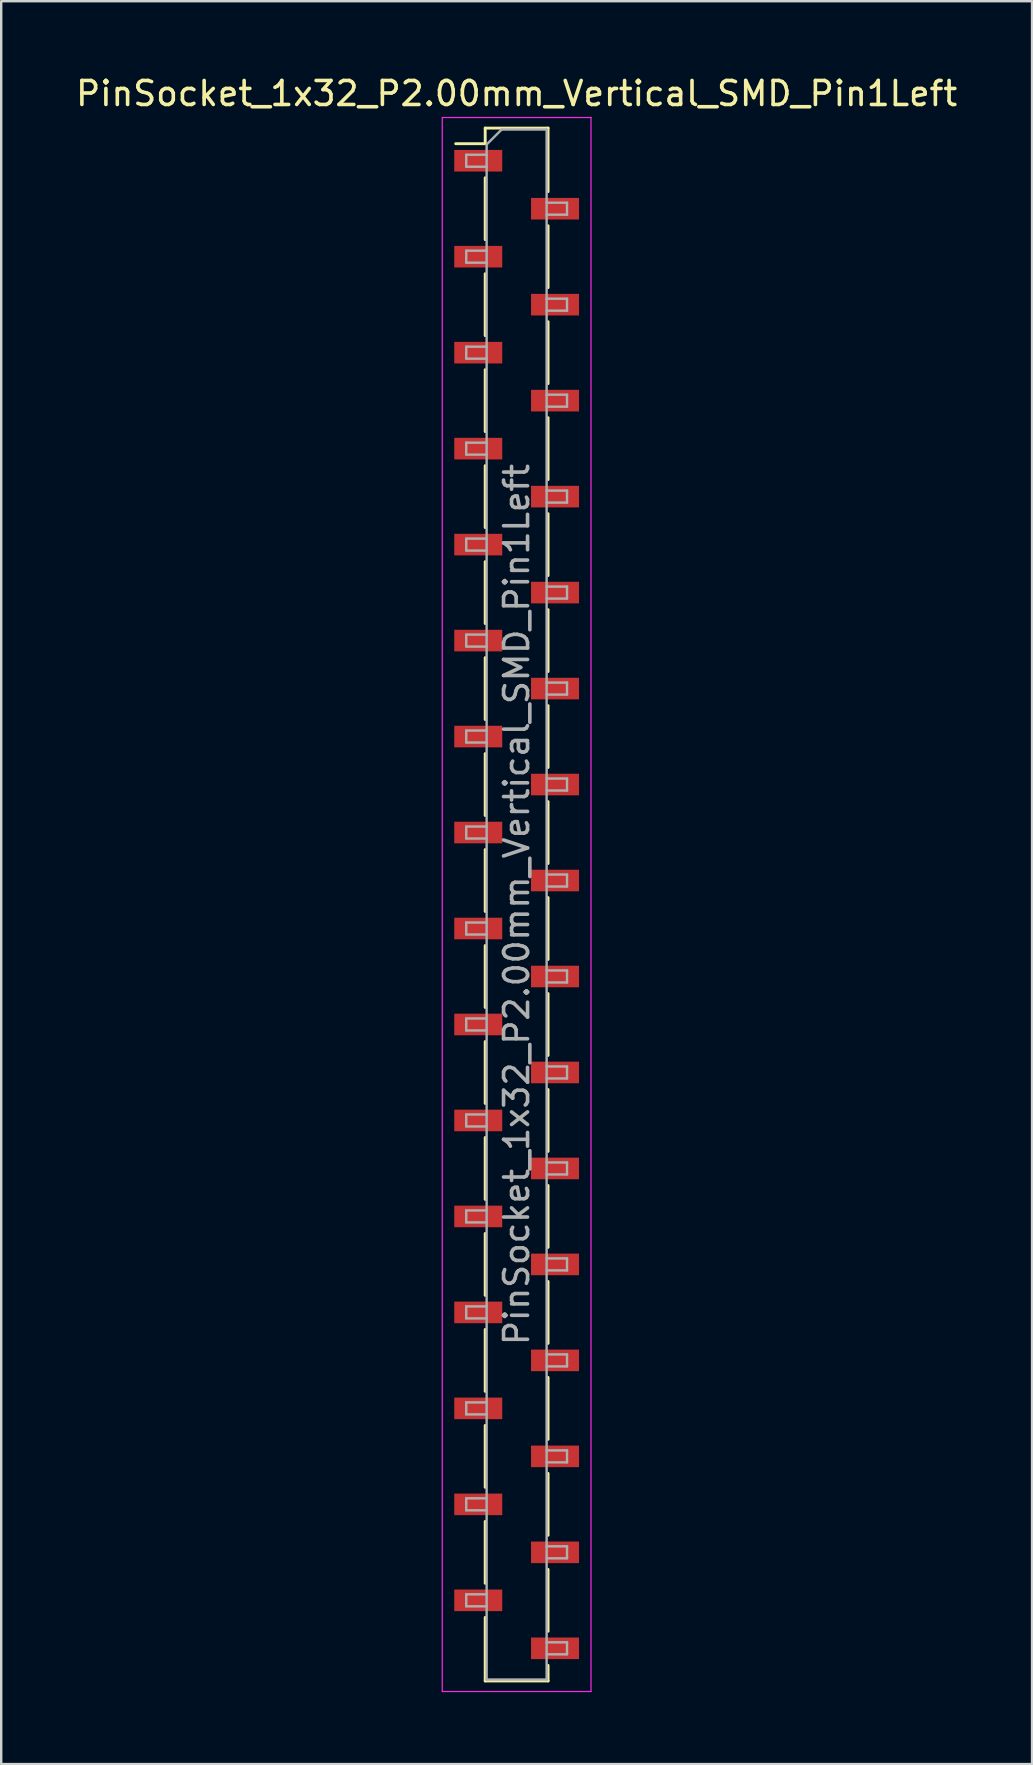
<source format=kicad_pcb>
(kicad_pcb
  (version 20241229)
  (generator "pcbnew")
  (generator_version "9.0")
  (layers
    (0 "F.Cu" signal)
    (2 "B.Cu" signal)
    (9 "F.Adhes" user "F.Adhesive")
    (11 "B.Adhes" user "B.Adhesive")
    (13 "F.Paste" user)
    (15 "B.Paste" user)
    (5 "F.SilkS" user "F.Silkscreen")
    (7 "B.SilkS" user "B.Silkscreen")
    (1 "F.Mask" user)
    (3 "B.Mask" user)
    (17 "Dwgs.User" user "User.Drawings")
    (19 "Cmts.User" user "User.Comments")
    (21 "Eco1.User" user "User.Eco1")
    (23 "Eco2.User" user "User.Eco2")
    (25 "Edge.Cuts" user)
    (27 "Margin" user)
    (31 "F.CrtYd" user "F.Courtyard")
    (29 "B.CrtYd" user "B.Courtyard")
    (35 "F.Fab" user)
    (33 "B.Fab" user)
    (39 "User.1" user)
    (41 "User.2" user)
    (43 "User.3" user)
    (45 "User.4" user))
  (footprint "PinSocket_1x32_P2.00mm_Vertical_SMD_Pin1Left"
    (layer "F.Cu")
    (at 18.482 34.648)
    (property "Reference" "PinSocket_1x32_P2.00mm_Vertical_SMD_Pin1Left" (at 0 -33.8 0) (layer "F.SilkS") (effects (font (size 1 1) (thickness 0.15))))
    (attr smd)
    (fp_line (start -2.54 -31.71) (end -1.31 -31.71) (stroke (width 0.12) (type solid)) (layer "F.SilkS"))
    (fp_line (start -1.31 -32.36) (end -1.31 -31.71) (stroke (width 0.12) (type solid)) (layer "F.SilkS"))
    (fp_line (start -1.31 -32.36) (end 1.31 -32.36) (stroke (width 0.12) (type solid)) (layer "F.SilkS"))
    (fp_line (start -1.31 -30.29) (end -1.31 -27.71) (stroke (width 0.12) (type solid)) (layer "F.SilkS"))
    (fp_line (start -1.31 -26.29) (end -1.31 -23.71) (stroke (width 0.12) (type solid)) (layer "F.SilkS"))
    (fp_line (start -1.31 -22.29) (end -1.31 -19.71) (stroke (width 0.12) (type solid)) (layer "F.SilkS"))
    (fp_line (start -1.31 -18.29) (end -1.31 -15.71) (stroke (width 0.12) (type solid)) (layer "F.SilkS"))
    (fp_line (start -1.31 -14.29) (end -1.31 -11.71) (stroke (width 0.12) (type solid)) (layer "F.SilkS"))
    (fp_line (start -1.31 -10.29) (end -1.31 -7.71) (stroke (width 0.12) (type solid)) (layer "F.SilkS"))
    (fp_line (start -1.31 -6.29) (end -1.31 -3.71) (stroke (width 0.12) (type solid)) (layer "F.SilkS"))
    (fp_line (start -1.31 -2.29) (end -1.31 0.29) (stroke (width 0.12) (type solid)) (layer "F.SilkS"))
    (fp_line (start -1.31 1.71) (end -1.31 4.29) (stroke (width 0.12) (type solid)) (layer "F.SilkS"))
    (fp_line (start -1.31 5.71) (end -1.31 8.29) (stroke (width 0.12) (type solid)) (layer "F.SilkS"))
    (fp_line (start -1.31 9.71) (end -1.31 12.29) (stroke (width 0.12) (type solid)) (layer "F.SilkS"))
    (fp_line (start -1.31 13.71) (end -1.31 16.29) (stroke (width 0.12) (type solid)) (layer "F.SilkS"))
    (fp_line (start -1.31 17.71) (end -1.31 20.29) (stroke (width 0.12) (type solid)) (layer "F.SilkS"))
    (fp_line (start -1.31 21.71) (end -1.31 24.29) (stroke (width 0.12) (type solid)) (layer "F.SilkS"))
    (fp_line (start -1.31 25.71) (end -1.31 28.29) (stroke (width 0.12) (type solid)) (layer "F.SilkS"))
    (fp_line (start -1.31 29.71) (end -1.31 32.36) (stroke (width 0.12) (type solid)) (layer "F.SilkS"))
    (fp_line (start -1.31 32.36) (end 1.31 32.36) (stroke (width 0.12) (type solid)) (layer "F.SilkS"))
    (fp_line (start 1.31 -32.36) (end 1.31 -29.71) (stroke (width 0.12) (type solid)) (layer "F.SilkS"))
    (fp_line (start 1.31 -28.29) (end 1.31 -25.71) (stroke (width 0.12) (type solid)) (layer "F.SilkS"))
    (fp_line (start 1.31 -24.29) (end 1.31 -21.71) (stroke (width 0.12) (type solid)) (layer "F.SilkS"))
    (fp_line (start 1.31 -20.29) (end 1.31 -17.71) (stroke (width 0.12) (type solid)) (layer "F.SilkS"))
    (fp_line (start 1.31 -16.29) (end 1.31 -13.71) (stroke (width 0.12) (type solid)) (layer "F.SilkS"))
    (fp_line (start 1.31 -12.29) (end 1.31 -9.71) (stroke (width 0.12) (type solid)) (layer "F.SilkS"))
    (fp_line (start 1.31 -8.29) (end 1.31 -5.71) (stroke (width 0.12) (type solid)) (layer "F.SilkS"))
    (fp_line (start 1.31 -4.29) (end 1.31 -1.71) (stroke (width 0.12) (type solid)) (layer "F.SilkS"))
    (fp_line (start 1.31 -0.29) (end 1.31 2.29) (stroke (width 0.12) (type solid)) (layer "F.SilkS"))
    (fp_line (start 1.31 3.71) (end 1.31 6.29) (stroke (width 0.12) (type solid)) (layer "F.SilkS"))
    (fp_line (start 1.31 7.71) (end 1.31 10.29) (stroke (width 0.12) (type solid)) (layer "F.SilkS"))
    (fp_line (start 1.31 11.71) (end 1.31 14.29) (stroke (width 0.12) (type solid)) (layer "F.SilkS"))
    (fp_line (start 1.31 15.71) (end 1.31 18.29) (stroke (width 0.12) (type solid)) (layer "F.SilkS"))
    (fp_line (start 1.31 19.71) (end 1.31 22.29) (stroke (width 0.12) (type solid)) (layer "F.SilkS"))
    (fp_line (start 1.31 23.71) (end 1.31 26.29) (stroke (width 0.12) (type solid)) (layer "F.SilkS"))
    (fp_line (start 1.31 27.71) (end 1.31 30.29) (stroke (width 0.12) (type solid)) (layer "F.SilkS"))
    (fp_line (start 1.31 31.71) (end 1.31 32.36) (stroke (width 0.12) (type solid)) (layer "F.SilkS"))
    (fp_line (start -3.1 -32.8) (end 3.1 -32.8) (stroke (width 0.05) (type solid)) (layer "F.CrtYd"))
    (fp_line (start -3.1 32.8) (end -3.1 -32.8) (stroke (width 0.05) (type solid)) (layer "F.CrtYd"))
    (fp_line (start 3.1 -32.8) (end 3.1 32.8) (stroke (width 0.05) (type solid)) (layer "F.CrtYd"))
    (fp_line (start 3.1 32.8) (end -3.1 32.8) (stroke (width 0.05) (type solid)) (layer "F.CrtYd"))
    (fp_line (start -2.1 -31.25) (end -1.25 -31.25) (stroke (width 0.1) (type solid)) (layer "F.Fab"))
    (fp_line (start -2.1 -30.75) (end -2.1 -31.25) (stroke (width 0.1) (type solid)) (layer "F.Fab"))
    (fp_line (start -2.1 -27.25) (end -1.25 -27.25) (stroke (width 0.1) (type solid)) (layer "F.Fab"))
    (fp_line (start -2.1 -26.75) (end -2.1 -27.25) (stroke (width 0.1) (type solid)) (layer "F.Fab"))
    (fp_line (start -2.1 -23.25) (end -1.25 -23.25) (stroke (width 0.1) (type solid)) (layer "F.Fab"))
    (fp_line (start -2.1 -22.75) (end -2.1 -23.25) (stroke (width 0.1) (type solid)) (layer "F.Fab"))
    (fp_line (start -2.1 -19.25) (end -1.25 -19.25) (stroke (width 0.1) (type solid)) (layer "F.Fab"))
    (fp_line (start -2.1 -18.75) (end -2.1 -19.25) (stroke (width 0.1) (type solid)) (layer "F.Fab"))
    (fp_line (start -2.1 -15.25) (end -1.25 -15.25) (stroke (width 0.1) (type solid)) (layer "F.Fab"))
    (fp_line (start -2.1 -14.75) (end -2.1 -15.25) (stroke (width 0.1) (type solid)) (layer "F.Fab"))
    (fp_line (start -2.1 -11.25) (end -1.25 -11.25) (stroke (width 0.1) (type solid)) (layer "F.Fab"))
    (fp_line (start -2.1 -10.75) (end -2.1 -11.25) (stroke (width 0.1) (type solid)) (layer "F.Fab"))
    (fp_line (start -2.1 -7.25) (end -1.25 -7.25) (stroke (width 0.1) (type solid)) (layer "F.Fab"))
    (fp_line (start -2.1 -6.75) (end -2.1 -7.25) (stroke (width 0.1) (type solid)) (layer "F.Fab"))
    (fp_line (start -2.1 -3.25) (end -1.25 -3.25) (stroke (width 0.1) (type solid)) (layer "F.Fab"))
    (fp_line (start -2.1 -2.75) (end -2.1 -3.25) (stroke (width 0.1) (type solid)) (layer "F.Fab"))
    (fp_line (start -2.1 0.75) (end -1.25 0.75) (stroke (width 0.1) (type solid)) (layer "F.Fab"))
    (fp_line (start -2.1 1.25) (end -2.1 0.75) (stroke (width 0.1) (type solid)) (layer "F.Fab"))
    (fp_line (start -2.1 4.75) (end -1.25 4.75) (stroke (width 0.1) (type solid)) (layer "F.Fab"))
    (fp_line (start -2.1 5.25) (end -2.1 4.75) (stroke (width 0.1) (type solid)) (layer "F.Fab"))
    (fp_line (start -2.1 8.75) (end -1.25 8.75) (stroke (width 0.1) (type solid)) (layer "F.Fab"))
    (fp_line (start -2.1 9.25) (end -2.1 8.75) (stroke (width 0.1) (type solid)) (layer "F.Fab"))
    (fp_line (start -2.1 12.75) (end -1.25 12.75) (stroke (width 0.1) (type solid)) (layer "F.Fab"))
    (fp_line (start -2.1 13.25) (end -2.1 12.75) (stroke (width 0.1) (type solid)) (layer "F.Fab"))
    (fp_line (start -2.1 16.75) (end -1.25 16.75) (stroke (width 0.1) (type solid)) (layer "F.Fab"))
    (fp_line (start -2.1 17.25) (end -2.1 16.75) (stroke (width 0.1) (type solid)) (layer "F.Fab"))
    (fp_line (start -2.1 20.75) (end -1.25 20.75) (stroke (width 0.1) (type solid)) (layer "F.Fab"))
    (fp_line (start -2.1 21.25) (end -2.1 20.75) (stroke (width 0.1) (type solid)) (layer "F.Fab"))
    (fp_line (start -2.1 24.75) (end -1.25 24.75) (stroke (width 0.1) (type solid)) (layer "F.Fab"))
    (fp_line (start -2.1 25.25) (end -2.1 24.75) (stroke (width 0.1) (type solid)) (layer "F.Fab"))
    (fp_line (start -2.1 28.75) (end -1.25 28.75) (stroke (width 0.1) (type solid)) (layer "F.Fab"))
    (fp_line (start -2.1 29.25) (end -2.1 28.75) (stroke (width 0.1) (type solid)) (layer "F.Fab"))
    (fp_line (start -1.25 -31.675) (end -0.625 -32.3) (stroke (width 0.1) (type solid)) (layer "F.Fab"))
    (fp_line (start -1.25 -30.75) (end -2.1 -30.75) (stroke (width 0.1) (type solid)) (layer "F.Fab"))
    (fp_line (start -1.25 -26.75) (end -2.1 -26.75) (stroke (width 0.1) (type solid)) (layer "F.Fab"))
    (fp_line (start -1.25 -22.75) (end -2.1 -22.75) (stroke (width 0.1) (type solid)) (layer "F.Fab"))
    (fp_line (start -1.25 -18.75) (end -2.1 -18.75) (stroke (width 0.1) (type solid)) (layer "F.Fab"))
    (fp_line (start -1.25 -14.75) (end -2.1 -14.75) (stroke (width 0.1) (type solid)) (layer "F.Fab"))
    (fp_line (start -1.25 -10.75) (end -2.1 -10.75) (stroke (width 0.1) (type solid)) (layer "F.Fab"))
    (fp_line (start -1.25 -6.75) (end -2.1 -6.75) (stroke (width 0.1) (type solid)) (layer "F.Fab"))
    (fp_line (start -1.25 -2.75) (end -2.1 -2.75) (stroke (width 0.1) (type solid)) (layer "F.Fab"))
    (fp_line (start -1.25 1.25) (end -2.1 1.25) (stroke (width 0.1) (type solid)) (layer "F.Fab"))
    (fp_line (start -1.25 5.25) (end -2.1 5.25) (stroke (width 0.1) (type solid)) (layer "F.Fab"))
    (fp_line (start -1.25 9.25) (end -2.1 9.25) (stroke (width 0.1) (type solid)) (layer "F.Fab"))
    (fp_line (start -1.25 13.25) (end -2.1 13.25) (stroke (width 0.1) (type solid)) (layer "F.Fab"))
    (fp_line (start -1.25 17.25) (end -2.1 17.25) (stroke (width 0.1) (type solid)) (layer "F.Fab"))
    (fp_line (start -1.25 21.25) (end -2.1 21.25) (stroke (width 0.1) (type solid)) (layer "F.Fab"))
    (fp_line (start -1.25 25.25) (end -2.1 25.25) (stroke (width 0.1) (type solid)) (layer "F.Fab"))
    (fp_line (start -1.25 29.25) (end -2.1 29.25) (stroke (width 0.1) (type solid)) (layer "F.Fab"))
    (fp_line (start -1.25 32.3) (end -1.25 -31.675) (stroke (width 0.1) (type solid)) (layer "F.Fab"))
    (fp_line (start -0.625 -32.3) (end 1.25 -32.3) (stroke (width 0.1) (type solid)) (layer "F.Fab"))
    (fp_line (start 1.25 -32.3) (end 1.25 32.3) (stroke (width 0.1) (type solid)) (layer "F.Fab"))
    (fp_line (start 1.25 -29.25) (end 2.1 -29.25) (stroke (width 0.1) (type solid)) (layer "F.Fab"))
    (fp_line (start 1.25 -25.25) (end 2.1 -25.25) (stroke (width 0.1) (type solid)) (layer "F.Fab"))
    (fp_line (start 1.25 -21.25) (end 2.1 -21.25) (stroke (width 0.1) (type solid)) (layer "F.Fab"))
    (fp_line (start 1.25 -17.25) (end 2.1 -17.25) (stroke (width 0.1) (type solid)) (layer "F.Fab"))
    (fp_line (start 1.25 -13.25) (end 2.1 -13.25) (stroke (width 0.1) (type solid)) (layer "F.Fab"))
    (fp_line (start 1.25 -9.25) (end 2.1 -9.25) (stroke (width 0.1) (type solid)) (layer "F.Fab"))
    (fp_line (start 1.25 -5.25) (end 2.1 -5.25) (stroke (width 0.1) (type solid)) (layer "F.Fab"))
    (fp_line (start 1.25 -1.25) (end 2.1 -1.25) (stroke (width 0.1) (type solid)) (layer "F.Fab"))
    (fp_line (start 1.25 2.75) (end 2.1 2.75) (stroke (width 0.1) (type solid)) (layer "F.Fab"))
    (fp_line (start 1.25 6.75) (end 2.1 6.75) (stroke (width 0.1) (type solid)) (layer "F.Fab"))
    (fp_line (start 1.25 10.75) (end 2.1 10.75) (stroke (width 0.1) (type solid)) (layer "F.Fab"))
    (fp_line (start 1.25 14.75) (end 2.1 14.75) (stroke (width 0.1) (type solid)) (layer "F.Fab"))
    (fp_line (start 1.25 18.75) (end 2.1 18.75) (stroke (width 0.1) (type solid)) (layer "F.Fab"))
    (fp_line (start 1.25 22.75) (end 2.1 22.75) (stroke (width 0.1) (type solid)) (layer "F.Fab"))
    (fp_line (start 1.25 26.75) (end 2.1 26.75) (stroke (width 0.1) (type solid)) (layer "F.Fab"))
    (fp_line (start 1.25 30.75) (end 2.1 30.75) (stroke (width 0.1) (type solid)) (layer "F.Fab"))
    (fp_line (start 1.25 32.3) (end -1.25 32.3) (stroke (width 0.1) (type solid)) (layer "F.Fab"))
    (fp_line (start 2.1 -29.25) (end 2.1 -28.75) (stroke (width 0.1) (type solid)) (layer "F.Fab"))
    (fp_line (start 2.1 -28.75) (end 1.25 -28.75) (stroke (width 0.1) (type solid)) (layer "F.Fab"))
    (fp_line (start 2.1 -25.25) (end 2.1 -24.75) (stroke (width 0.1) (type solid)) (layer "F.Fab"))
    (fp_line (start 2.1 -24.75) (end 1.25 -24.75) (stroke (width 0.1) (type solid)) (layer "F.Fab"))
    (fp_line (start 2.1 -21.25) (end 2.1 -20.75) (stroke (width 0.1) (type solid)) (layer "F.Fab"))
    (fp_line (start 2.1 -20.75) (end 1.25 -20.75) (stroke (width 0.1) (type solid)) (layer "F.Fab"))
    (fp_line (start 2.1 -17.25) (end 2.1 -16.75) (stroke (width 0.1) (type solid)) (layer "F.Fab"))
    (fp_line (start 2.1 -16.75) (end 1.25 -16.75) (stroke (width 0.1) (type solid)) (layer "F.Fab"))
    (fp_line (start 2.1 -13.25) (end 2.1 -12.75) (stroke (width 0.1) (type solid)) (layer "F.Fab"))
    (fp_line (start 2.1 -12.75) (end 1.25 -12.75) (stroke (width 0.1) (type solid)) (layer "F.Fab"))
    (fp_line (start 2.1 -9.25) (end 2.1 -8.75) (stroke (width 0.1) (type solid)) (layer "F.Fab"))
    (fp_line (start 2.1 -8.75) (end 1.25 -8.75) (stroke (width 0.1) (type solid)) (layer "F.Fab"))
    (fp_line (start 2.1 -5.25) (end 2.1 -4.75) (stroke (width 0.1) (type solid)) (layer "F.Fab"))
    (fp_line (start 2.1 -4.75) (end 1.25 -4.75) (stroke (width 0.1) (type solid)) (layer "F.Fab"))
    (fp_line (start 2.1 -1.25) (end 2.1 -0.75) (stroke (width 0.1) (type solid)) (layer "F.Fab"))
    (fp_line (start 2.1 -0.75) (end 1.25 -0.75) (stroke (width 0.1) (type solid)) (layer "F.Fab"))
    (fp_line (start 2.1 2.75) (end 2.1 3.25) (stroke (width 0.1) (type solid)) (layer "F.Fab"))
    (fp_line (start 2.1 3.25) (end 1.25 3.25) (stroke (width 0.1) (type solid)) (layer "F.Fab"))
    (fp_line (start 2.1 6.75) (end 2.1 7.25) (stroke (width 0.1) (type solid)) (layer "F.Fab"))
    (fp_line (start 2.1 7.25) (end 1.25 7.25) (stroke (width 0.1) (type solid)) (layer "F.Fab"))
    (fp_line (start 2.1 10.75) (end 2.1 11.25) (stroke (width 0.1) (type solid)) (layer "F.Fab"))
    (fp_line (start 2.1 11.25) (end 1.25 11.25) (stroke (width 0.1) (type solid)) (layer "F.Fab"))
    (fp_line (start 2.1 14.75) (end 2.1 15.25) (stroke (width 0.1) (type solid)) (layer "F.Fab"))
    (fp_line (start 2.1 15.25) (end 1.25 15.25) (stroke (width 0.1) (type solid)) (layer "F.Fab"))
    (fp_line (start 2.1 18.75) (end 2.1 19.25) (stroke (width 0.1) (type solid)) (layer "F.Fab"))
    (fp_line (start 2.1 19.25) (end 1.25 19.25) (stroke (width 0.1) (type solid)) (layer "F.Fab"))
    (fp_line (start 2.1 22.75) (end 2.1 23.25) (stroke (width 0.1) (type solid)) (layer "F.Fab"))
    (fp_line (start 2.1 23.25) (end 1.25 23.25) (stroke (width 0.1) (type solid)) (layer "F.Fab"))
    (fp_line (start 2.1 26.75) (end 2.1 27.25) (stroke (width 0.1) (type solid)) (layer "F.Fab"))
    (fp_line (start 2.1 27.25) (end 1.25 27.25) (stroke (width 0.1) (type solid)) (layer "F.Fab"))
    (fp_line (start 2.1 30.75) (end 2.1 31.25) (stroke (width 0.1) (type solid)) (layer "F.Fab"))
    (fp_line (start 2.1 31.25) (end 1.25 31.25) (stroke (width 0.1) (type solid)) (layer "F.Fab"))
    (fp_text user "${REFERENCE}" (at 0 0 90) (layer "F.Fab") (effects (font (size 1 1) (thickness 0.15))))
    (pad "1" smd rect (at -1.6 -31) (size 2 0.9) (layers "F.Cu" "F.Mask" "F.Paste"))
    (pad "2" smd rect (at 1.6 -29) (size 2 0.9) (layers "F.Cu" "F.Mask" "F.Paste"))
    (pad "3" smd rect (at -1.6 -27) (size 2 0.9) (layers "F.Cu" "F.Mask" "F.Paste"))
    (pad "4" smd rect (at 1.6 -25) (size 2 0.9) (layers "F.Cu" "F.Mask" "F.Paste"))
    (pad "5" smd rect (at -1.6 -23) (size 2 0.9) (layers "F.Cu" "F.Mask" "F.Paste"))
    (pad "6" smd rect (at 1.6 -21) (size 2 0.9) (layers "F.Cu" "F.Mask" "F.Paste"))
    (pad "7" smd rect (at -1.6 -19) (size 2 0.9) (layers "F.Cu" "F.Mask" "F.Paste"))
    (pad "8" smd rect (at 1.6 -17) (size 2 0.9) (layers "F.Cu" "F.Mask" "F.Paste"))
    (pad "9" smd rect (at -1.6 -15) (size 2 0.9) (layers "F.Cu" "F.Mask" "F.Paste"))
    (pad "10" smd rect (at 1.6 -13) (size 2 0.9) (layers "F.Cu" "F.Mask" "F.Paste"))
    (pad "11" smd rect (at -1.6 -11) (size 2 0.9) (layers "F.Cu" "F.Mask" "F.Paste"))
    (pad "12" smd rect (at 1.6 -9) (size 2 0.9) (layers "F.Cu" "F.Mask" "F.Paste"))
    (pad "13" smd rect (at -1.6 -7) (size 2 0.9) (layers "F.Cu" "F.Mask" "F.Paste"))
    (pad "14" smd rect (at 1.6 -5) (size 2 0.9) (layers "F.Cu" "F.Mask" "F.Paste"))
    (pad "15" smd rect (at -1.6 -3) (size 2 0.9) (layers "F.Cu" "F.Mask" "F.Paste"))
    (pad "16" smd rect (at 1.6 -1) (size 2 0.9) (layers "F.Cu" "F.Mask" "F.Paste"))
    (pad "17" smd rect (at -1.6 1) (size 2 0.9) (layers "F.Cu" "F.Mask" "F.Paste"))
    (pad "18" smd rect (at 1.6 3) (size 2 0.9) (layers "F.Cu" "F.Mask" "F.Paste"))
    (pad "19" smd rect (at -1.6 5) (size 2 0.9) (layers "F.Cu" "F.Mask" "F.Paste"))
    (pad "20" smd rect (at 1.6 7) (size 2 0.9) (layers "F.Cu" "F.Mask" "F.Paste"))
    (pad "21" smd rect (at -1.6 9) (size 2 0.9) (layers "F.Cu" "F.Mask" "F.Paste"))
    (pad "22" smd rect (at 1.6 11) (size 2 0.9) (layers "F.Cu" "F.Mask" "F.Paste"))
    (pad "23" smd rect (at -1.6 13) (size 2 0.9) (layers "F.Cu" "F.Mask" "F.Paste"))
    (pad "24" smd rect (at 1.6 15) (size 2 0.9) (layers "F.Cu" "F.Mask" "F.Paste"))
    (pad "25" smd rect (at -1.6 17) (size 2 0.9) (layers "F.Cu" "F.Mask" "F.Paste"))
    (pad "26" smd rect (at 1.6 19) (size 2 0.9) (layers "F.Cu" "F.Mask" "F.Paste"))
    (pad "27" smd rect (at -1.6 21) (size 2 0.9) (layers "F.Cu" "F.Mask" "F.Paste"))
    (pad "28" smd rect (at 1.6 23) (size 2 0.9) (layers "F.Cu" "F.Mask" "F.Paste"))
    (pad "29" smd rect (at -1.6 25) (size 2 0.9) (layers "F.Cu" "F.Mask" "F.Paste"))
    (pad "30" smd rect (at 1.6 27) (size 2 0.9) (layers "F.Cu" "F.Mask" "F.Paste"))
    (pad "31" smd rect (at -1.6 29) (size 2 0.9) (layers "F.Cu" "F.Mask" "F.Paste"))
    (pad "32" smd rect (at 1.6 31) (size 2 0.9) (layers "F.Cu" "F.Mask" "F.Paste")))
  (gr_rect
    (start -3 -3)
    (end 39.964 70.473)
    (stroke (width 0.1) (type default))
    (fill no)
    (layer "Edge.Cuts")))
</source>
